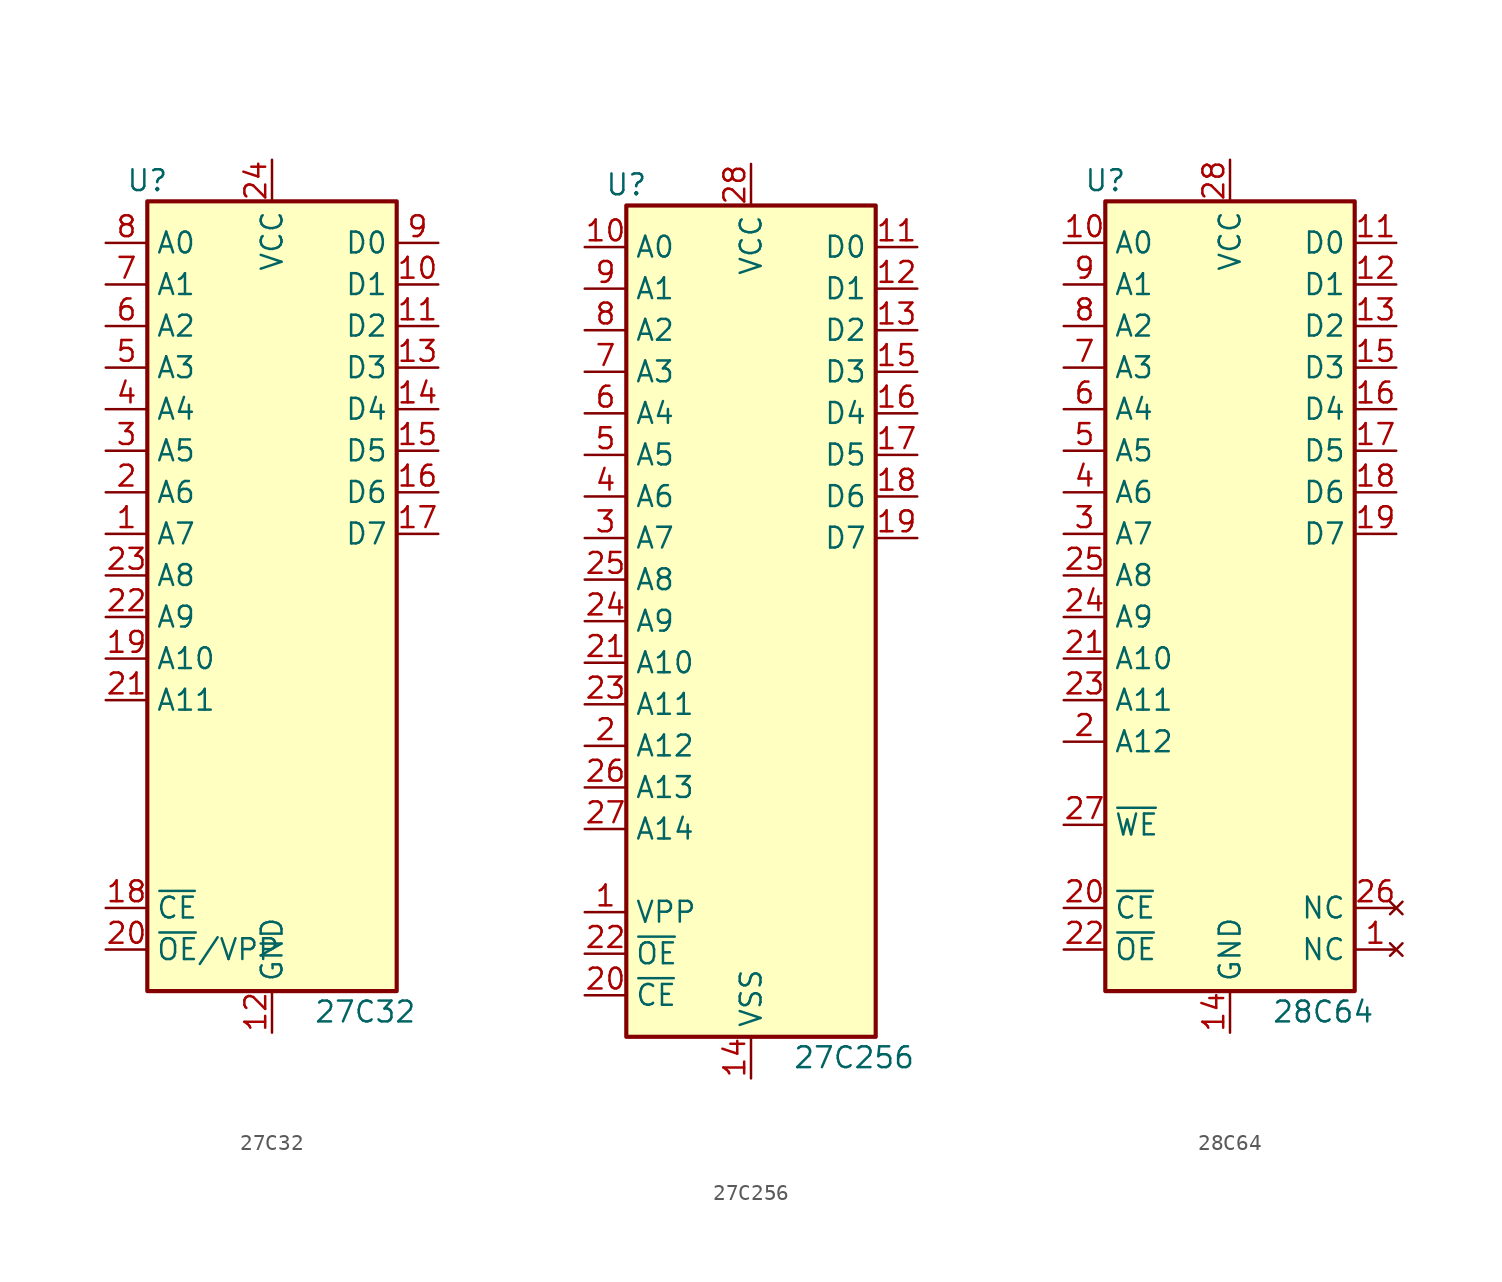
<source format=kicad_sym>
(kicad_symbol_lib
  (version 20220914)
  (generator kicad_symbol_editor)
  (symbol "27C32"
    (property "Reference" "U"
      (at -7.62 24.13 0)
      (effects (font (size 1.27 1.27))))
    (property "Value" "27C32"
      (at 2.54 -26.67 0)
      (effects (font (size 1.27 1.27)) (justify left)))
    (symbol "27C32_1_1"
      (rectangle (start -7.62 22.86) (end 7.62 -25.4) (stroke (width 0.254) (type default)) (fill (type background)))
      (pin input line (at -10.16 2.54 0) (length 2.54) (name "A7" (effects (font (size 1.27 1.27)))) (number "1" (effects (font (size 1.27 1.27)))))
      (pin tri_state line (at 10.16 17.78 180) (length 2.54) (name "D1" (effects (font (size 1.27 1.27)))) (number "10" (effects (font (size 1.27 1.27)))))
      (pin tri_state line (at 10.16 15.24 180) (length 2.54) (name "D2" (effects (font (size 1.27 1.27)))) (number "11" (effects (font (size 1.27 1.27)))))
      (pin power_in line (at 0 -27.94 90) (length 2.54) (name "GND" (effects (font (size 1.27 1.27)))) (number "12" (effects (font (size 1.27 1.27)))))
      (pin tri_state line (at 10.16 12.7 180) (length 2.54) (name "D3" (effects (font (size 1.27 1.27)))) (number "13" (effects (font (size 1.27 1.27)))))
      (pin tri_state line (at 10.16 10.16 180) (length 2.54) (name "D4" (effects (font (size 1.27 1.27)))) (number "14" (effects (font (size 1.27 1.27)))))
      (pin tri_state line (at 10.16 7.62 180) (length 2.54) (name "D5" (effects (font (size 1.27 1.27)))) (number "15" (effects (font (size 1.27 1.27)))))
      (pin tri_state line (at 10.16 5.08 180) (length 2.54) (name "D6" (effects (font (size 1.27 1.27)))) (number "16" (effects (font (size 1.27 1.27)))))
      (pin tri_state line (at 10.16 2.54 180) (length 2.54) (name "D7" (effects (font (size 1.27 1.27)))) (number "17" (effects (font (size 1.27 1.27)))))
      (pin input line (at -10.16 -20.32 0) (length 2.54) (name "~{CE}" (effects (font (size 1.27 1.27)))) (number "18" (effects (font (size 1.27 1.27)))))
      (pin input line (at -10.16 -5.08 0) (length 2.54) (name "A10" (effects (font (size 1.27 1.27)))) (number "19" (effects (font (size 1.27 1.27)))))
      (pin input line (at -10.16 5.08 0) (length 2.54) (name "A6" (effects (font (size 1.27 1.27)))) (number "2" (effects (font (size 1.27 1.27)))))
      (pin input line (at -10.16 -22.86 0) (length 2.54) (name "~{OE}/VPP" (effects (font (size 1.27 1.27)))) (number "20" (effects (font (size 1.27 1.27)))))
      (pin input line (at -10.16 -7.62 0) (length 2.54) (name "A11" (effects (font (size 1.27 1.27)))) (number "21" (effects (font (size 1.27 1.27)))))
      (pin input line (at -10.16 -2.54 0) (length 2.54) (name "A9" (effects (font (size 1.27 1.27)))) (number "22" (effects (font (size 1.27 1.27)))))
      (pin input line (at -10.16 0 0) (length 2.54) (name "A8" (effects (font (size 1.27 1.27)))) (number "23" (effects (font (size 1.27 1.27)))))
      (pin power_in line (at 0 25.4 270) (length 2.54) (name "VCC" (effects (font (size 1.27 1.27)))) (number "24" (effects (font (size 1.27 1.27)))))
      (pin input line (at -10.16 7.62 0) (length 2.54) (name "A5" (effects (font (size 1.27 1.27)))) (number "3" (effects (font (size 1.27 1.27)))))
      (pin input line (at -10.16 10.16 0) (length 2.54) (name "A4" (effects (font (size 1.27 1.27)))) (number "4" (effects (font (size 1.27 1.27)))))
      (pin input line (at -10.16 12.7 0) (length 2.54) (name "A3" (effects (font (size 1.27 1.27)))) (number "5" (effects (font (size 1.27 1.27)))))
      (pin input line (at -10.16 15.24 0) (length 2.54) (name "A2" (effects (font (size 1.27 1.27)))) (number "6" (effects (font (size 1.27 1.27)))))
      (pin input line (at -10.16 17.78 0) (length 2.54) (name "A1" (effects (font (size 1.27 1.27)))) (number "7" (effects (font (size 1.27 1.27)))))
      (pin input line (at -10.16 20.32 0) (length 2.54) (name "A0" (effects (font (size 1.27 1.27)))) (number "8" (effects (font (size 1.27 1.27)))))
      (pin tri_state line (at 10.16 20.32 180) (length 2.54) (name "D0" (effects (font (size 1.27 1.27)))) (number "9" (effects (font (size 1.27 1.27)))))))
  (symbol "27C256"
    (property "Reference" "U"
      (at -7.62 26.67 0)
      (effects (font (size 1.27 1.27))))
    (property "Value" "27C256"
      (at 2.54 -26.67 0)
      (effects (font (size 1.27 1.27)) (justify left)))
    (symbol "27C256_1_1"
      (rectangle (start -7.62 25.4) (end 7.62 -25.4) (stroke (width 0.254) (type default)) (fill (type background)))
      (pin power_in line (at -10.16 -17.78 0) (length 2.54) (name "VPP" (effects (font (size 1.27 1.27)))) (number "1" (effects (font (size 1.27 1.27)))))
      (pin input line (at -10.16 22.86 0) (length 2.54) (name "A0" (effects (font (size 1.27 1.27)))) (number "10" (effects (font (size 1.27 1.27)))))
      (pin tri_state line (at 10.16 22.86 180) (length 2.54) (name "D0" (effects (font (size 1.27 1.27)))) (number "11" (effects (font (size 1.27 1.27)))))
      (pin tri_state line (at 10.16 20.32 180) (length 2.54) (name "D1" (effects (font (size 1.27 1.27)))) (number "12" (effects (font (size 1.27 1.27)))))
      (pin tri_state line (at 10.16 17.78 180) (length 2.54) (name "D2" (effects (font (size 1.27 1.27)))) (number "13" (effects (font (size 1.27 1.27)))))
      (pin power_in line (at 0 -27.94 90) (length 2.54) (name "VSS" (effects (font (size 1.27 1.27)))) (number "14" (effects (font (size 1.27 1.27)))))
      (pin tri_state line (at 10.16 15.24 180) (length 2.54) (name "D3" (effects (font (size 1.27 1.27)))) (number "15" (effects (font (size 1.27 1.27)))))
      (pin tri_state line (at 10.16 12.7 180) (length 2.54) (name "D4" (effects (font (size 1.27 1.27)))) (number "16" (effects (font (size 1.27 1.27)))))
      (pin tri_state line (at 10.16 10.16 180) (length 2.54) (name "D5" (effects (font (size 1.27 1.27)))) (number "17" (effects (font (size 1.27 1.27)))))
      (pin tri_state line (at 10.16 7.62 180) (length 2.54) (name "D6" (effects (font (size 1.27 1.27)))) (number "18" (effects (font (size 1.27 1.27)))))
      (pin tri_state line (at 10.16 5.08 180) (length 2.54) (name "D7" (effects (font (size 1.27 1.27)))) (number "19" (effects (font (size 1.27 1.27)))))
      (pin input line (at -10.16 -7.62 0) (length 2.54) (name "A12" (effects (font (size 1.27 1.27)))) (number "2" (effects (font (size 1.27 1.27)))))
      (pin input line (at -10.16 -22.86 0) (length 2.54) (name "~{CE}" (effects (font (size 1.27 1.27)))) (number "20" (effects (font (size 1.27 1.27)))))
      (pin input line (at -10.16 -2.54 0) (length 2.54) (name "A10" (effects (font (size 1.27 1.27)))) (number "21" (effects (font (size 1.27 1.27)))))
      (pin input line (at -10.16 -20.32 0) (length 2.54) (name "~{OE}" (effects (font (size 1.27 1.27)))) (number "22" (effects (font (size 1.27 1.27)))))
      (pin input line (at -10.16 -5.08 0) (length 2.54) (name "A11" (effects (font (size 1.27 1.27)))) (number "23" (effects (font (size 1.27 1.27)))))
      (pin input line (at -10.16 0 0) (length 2.54) (name "A9" (effects (font (size 1.27 1.27)))) (number "24" (effects (font (size 1.27 1.27)))))
      (pin input line (at -10.16 2.54 0) (length 2.54) (name "A8" (effects (font (size 1.27 1.27)))) (number "25" (effects (font (size 1.27 1.27)))))
      (pin input line (at -10.16 -10.16 0) (length 2.54) (name "A13" (effects (font (size 1.27 1.27)))) (number "26" (effects (font (size 1.27 1.27)))))
      (pin input line (at -10.16 -12.7 0) (length 2.54) (name "A14" (effects (font (size 1.27 1.27)))) (number "27" (effects (font (size 1.27 1.27)))))
      (pin power_in line (at 0 27.94 270) (length 2.54) (name "VCC" (effects (font (size 1.27 1.27)))) (number "28" (effects (font (size 1.27 1.27)))))
      (pin input line (at -10.16 5.08 0) (length 2.54) (name "A7" (effects (font (size 1.27 1.27)))) (number "3" (effects (font (size 1.27 1.27)))))
      (pin input line (at -10.16 7.62 0) (length 2.54) (name "A6" (effects (font (size 1.27 1.27)))) (number "4" (effects (font (size 1.27 1.27)))))
      (pin input line (at -10.16 10.16 0) (length 2.54) (name "A5" (effects (font (size 1.27 1.27)))) (number "5" (effects (font (size 1.27 1.27)))))
      (pin input line (at -10.16 12.7 0) (length 2.54) (name "A4" (effects (font (size 1.27 1.27)))) (number "6" (effects (font (size 1.27 1.27)))))
      (pin input line (at -10.16 15.24 0) (length 2.54) (name "A3" (effects (font (size 1.27 1.27)))) (number "7" (effects (font (size 1.27 1.27)))))
      (pin input line (at -10.16 17.78 0) (length 2.54) (name "A2" (effects (font (size 1.27 1.27)))) (number "8" (effects (font (size 1.27 1.27)))))
      (pin input line (at -10.16 20.32 0) (length 2.54) (name "A1" (effects (font (size 1.27 1.27)))) (number "9" (effects (font (size 1.27 1.27)))))))
  (symbol "28C64"
    (property "Reference" "U"
      (at -7.62 24.13 0)
      (effects (font (size 1.27 1.27))))
    (property "Value" "28C64"
      (at 2.54 -26.67 0)
      (effects (font (size 1.27 1.27)) (justify left)))
    (symbol "28C64_1_1"
      (rectangle (start -7.62 22.86) (end 7.62 -25.4) (stroke (width 0.254) (type default)) (fill (type background)))
      (pin no_connect line (at 10.16 -22.86 180) (length 2.54) (name "NC" (effects (font (size 1.27 1.27)))) (number "1" (effects (font (size 1.27 1.27)))))
      (pin input line (at -10.16 20.32 0) (length 2.54) (name "A0" (effects (font (size 1.27 1.27)))) (number "10" (effects (font (size 1.27 1.27)))))
      (pin tri_state line (at 10.16 20.32 180) (length 2.54) (name "D0" (effects (font (size 1.27 1.27)))) (number "11" (effects (font (size 1.27 1.27)))))
      (pin tri_state line (at 10.16 17.78 180) (length 2.54) (name "D1" (effects (font (size 1.27 1.27)))) (number "12" (effects (font (size 1.27 1.27)))))
      (pin tri_state line (at 10.16 15.24 180) (length 2.54) (name "D2" (effects (font (size 1.27 1.27)))) (number "13" (effects (font (size 1.27 1.27)))))
      (pin power_in line (at 0 -27.94 90) (length 2.54) (name "GND" (effects (font (size 1.27 1.27)))) (number "14" (effects (font (size 1.27 1.27)))))
      (pin tri_state line (at 10.16 12.7 180) (length 2.54) (name "D3" (effects (font (size 1.27 1.27)))) (number "15" (effects (font (size 1.27 1.27)))))
      (pin tri_state line (at 10.16 10.16 180) (length 2.54) (name "D4" (effects (font (size 1.27 1.27)))) (number "16" (effects (font (size 1.27 1.27)))))
      (pin tri_state line (at 10.16 7.62 180) (length 2.54) (name "D5" (effects (font (size 1.27 1.27)))) (number "17" (effects (font (size 1.27 1.27)))))
      (pin tri_state line (at 10.16 5.08 180) (length 2.54) (name "D6" (effects (font (size 1.27 1.27)))) (number "18" (effects (font (size 1.27 1.27)))))
      (pin tri_state line (at 10.16 2.54 180) (length 2.54) (name "D7" (effects (font (size 1.27 1.27)))) (number "19" (effects (font (size 1.27 1.27)))))
      (pin input line (at -10.16 -10.16 0) (length 2.54) (name "A12" (effects (font (size 1.27 1.27)))) (number "2" (effects (font (size 1.27 1.27)))))
      (pin input line (at -10.16 -20.32 0) (length 2.54) (name "~{CE}" (effects (font (size 1.27 1.27)))) (number "20" (effects (font (size 1.27 1.27)))))
      (pin input line (at -10.16 -5.08 0) (length 2.54) (name "A10" (effects (font (size 1.27 1.27)))) (number "21" (effects (font (size 1.27 1.27)))))
      (pin input line (at -10.16 -22.86 0) (length 2.54) (name "~{OE}" (effects (font (size 1.27 1.27)))) (number "22" (effects (font (size 1.27 1.27)))))
      (pin input line (at -10.16 -7.62 0) (length 2.54) (name "A11" (effects (font (size 1.27 1.27)))) (number "23" (effects (font (size 1.27 1.27)))))
      (pin input line (at -10.16 -2.54 0) (length 2.54) (name "A9" (effects (font (size 1.27 1.27)))) (number "24" (effects (font (size 1.27 1.27)))))
      (pin input line (at -10.16 0 0) (length 2.54) (name "A8" (effects (font (size 1.27 1.27)))) (number "25" (effects (font (size 1.27 1.27)))))
      (pin no_connect line (at 7.62 0 180) (length 2.54) hide (name "NC" (effects (font (size 1.27 1.27)))) (number "26" (effects (font (size 1.27 1.27)))))
      (pin no_connect line (at 10.16 -20.32 180) (length 2.54) (name "NC" (effects (font (size 1.27 1.27)))) (number "26" (effects (font (size 1.27 1.27)))))
      (pin input line (at -10.16 -15.24 0) (length 2.54) (name "~{WE}" (effects (font (size 1.27 1.27)))) (number "27" (effects (font (size 1.27 1.27)))))
      (pin power_in line (at 0 25.4 270) (length 2.54) (name "VCC" (effects (font (size 1.27 1.27)))) (number "28" (effects (font (size 1.27 1.27)))))
      (pin input line (at -10.16 2.54 0) (length 2.54) (name "A7" (effects (font (size 1.27 1.27)))) (number "3" (effects (font (size 1.27 1.27)))))
      (pin input line (at -10.16 5.08 0) (length 2.54) (name "A6" (effects (font (size 1.27 1.27)))) (number "4" (effects (font (size 1.27 1.27)))))
      (pin input line (at -10.16 7.62 0) (length 2.54) (name "A5" (effects (font (size 1.27 1.27)))) (number "5" (effects (font (size 1.27 1.27)))))
      (pin input line (at -10.16 10.16 0) (length 2.54) (name "A4" (effects (font (size 1.27 1.27)))) (number "6" (effects (font (size 1.27 1.27)))))
      (pin input line (at -10.16 12.7 0) (length 2.54) (name "A3" (effects (font (size 1.27 1.27)))) (number "7" (effects (font (size 1.27 1.27)))))
      (pin input line (at -10.16 15.24 0) (length 2.54) (name "A2" (effects (font (size 1.27 1.27)))) (number "8" (effects (font (size 1.27 1.27)))))
      (pin input line (at -10.16 17.78 0) (length 2.54) (name "A1" (effects (font (size 1.27 1.27)))) (number "9" (effects (font (size 1.27 1.27))))))))
</source>
